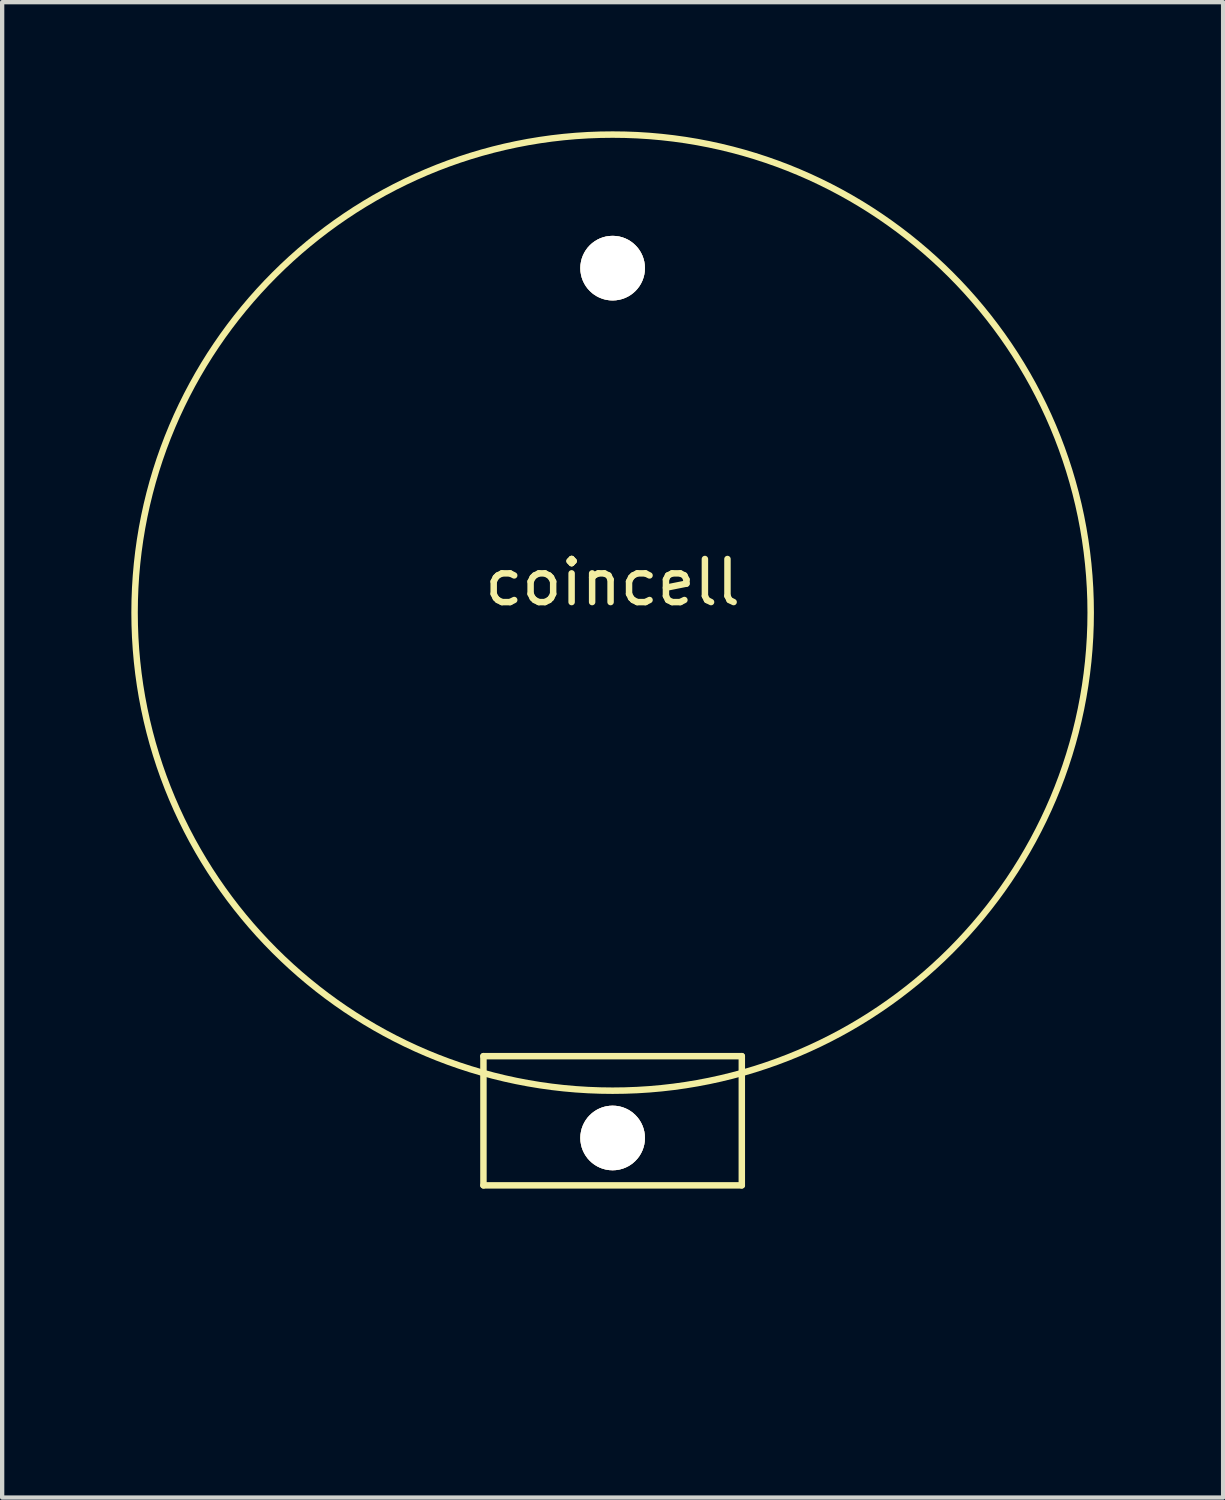
<source format=kicad_pcb>
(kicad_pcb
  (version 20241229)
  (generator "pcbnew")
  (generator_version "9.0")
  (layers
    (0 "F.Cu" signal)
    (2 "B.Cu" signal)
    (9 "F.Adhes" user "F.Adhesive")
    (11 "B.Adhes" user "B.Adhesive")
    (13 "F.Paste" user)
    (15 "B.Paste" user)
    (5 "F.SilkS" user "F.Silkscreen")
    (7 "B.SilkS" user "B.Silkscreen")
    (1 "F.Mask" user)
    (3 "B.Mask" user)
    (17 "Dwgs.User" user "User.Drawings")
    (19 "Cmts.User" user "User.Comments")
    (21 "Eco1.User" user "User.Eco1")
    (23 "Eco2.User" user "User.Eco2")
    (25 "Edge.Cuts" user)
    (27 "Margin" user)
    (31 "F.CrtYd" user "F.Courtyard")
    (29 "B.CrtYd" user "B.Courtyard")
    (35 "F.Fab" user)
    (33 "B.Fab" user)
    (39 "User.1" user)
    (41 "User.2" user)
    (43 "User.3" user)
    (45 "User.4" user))
  (footprint "coincell"
    (layer "F.Cu")
    (at 11.177 28.477)
    (property "Reference" "coincell" (at 0 -18 0) (layer "F.SilkS") (effects (font (size 1 1) (thickness 0.15))))
    (attr through_hole)
    (fp_line (start -3 -7) (end 3 -7) (stroke (width 0.15) (type solid)) (layer "F.SilkS"))
    (fp_line (start -3 -4) (end -3 -7) (stroke (width 0.15) (type solid)) (layer "F.SilkS"))
    (fp_line (start 3 -7) (end 3 -4) (stroke (width 0.15) (type solid)) (layer "F.SilkS"))
    (fp_line (start 3 -4) (end -3 -4) (stroke (width 0.15) (type solid)) (layer "F.SilkS"))
    (fp_circle (center 0 -17.3) (end 11.1 -17.1) (stroke (width 0.15) (type solid)) (fill no) (layer "F.SilkS"))
    (pad "1" thru_hole circle (at 0 -5.1) (size 1.5 1.5) (drill 1.5) (layers "*.Cu" "*.Mask" "F.SilkS"))
    (pad "2" thru_hole circle (at 0 -25.3) (size 1.5 1.5) (drill 1.5) (layers "*.Cu" "*.Mask" "F.SilkS")))
  (gr_rect
    (start -3 -3)
    (end 25.354 31.727)
    (stroke (width 0.1) (type default))
    (fill no)
    (layer "Edge.Cuts")))
</source>
